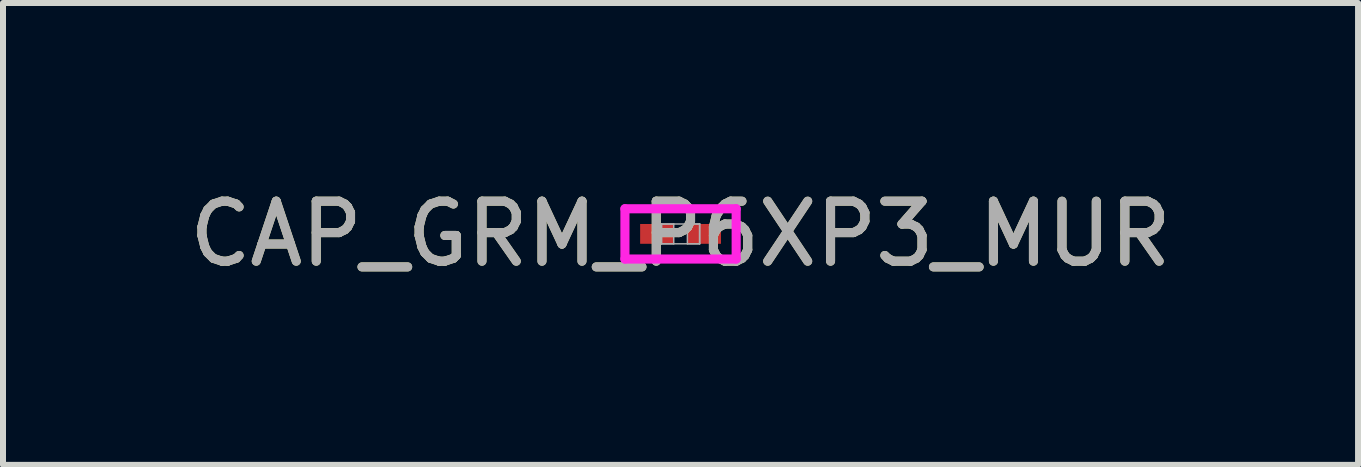
<source format=kicad_pcb>
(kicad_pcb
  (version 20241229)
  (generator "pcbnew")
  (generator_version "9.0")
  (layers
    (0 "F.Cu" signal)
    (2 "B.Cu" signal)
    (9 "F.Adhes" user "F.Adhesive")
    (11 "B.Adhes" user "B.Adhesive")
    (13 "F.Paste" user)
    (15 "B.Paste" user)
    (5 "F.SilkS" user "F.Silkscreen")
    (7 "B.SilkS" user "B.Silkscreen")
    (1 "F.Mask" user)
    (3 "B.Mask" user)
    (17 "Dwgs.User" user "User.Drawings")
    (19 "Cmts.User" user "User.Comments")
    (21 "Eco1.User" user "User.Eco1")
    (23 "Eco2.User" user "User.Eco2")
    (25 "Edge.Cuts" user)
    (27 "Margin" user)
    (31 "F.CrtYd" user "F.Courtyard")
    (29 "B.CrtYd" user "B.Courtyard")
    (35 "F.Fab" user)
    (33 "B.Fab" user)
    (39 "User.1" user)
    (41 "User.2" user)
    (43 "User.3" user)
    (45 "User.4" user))
  (footprint "CAP_GRM_P6XP3_MUR"
    (layer "F.Cu")
    (at 8.292 0.848)
    (property "Reference" "CAP_GRM_P6XP3_MUR" (at 0 0 0) (unlocked yes) (layer "F.SilkS") (effects (font (size 1 1) (thickness 0.15))))
    (attr smd)
    (fp_line (start -0.927 -0.419) (end 0.927 -0.419) (stroke (width 0.152) (type solid)) (layer "F.CrtYd"))
    (fp_line (start -0.927 0.419) (end -0.927 -0.419) (stroke (width 0.152) (type solid)) (layer "F.CrtYd"))
    (fp_line (start 0.927 -0.419) (end 0.927 0.419) (stroke (width 0.152) (type solid)) (layer "F.CrtYd"))
    (fp_line (start 0.927 0.419) (end -0.927 0.419) (stroke (width 0.152) (type solid)) (layer "F.CrtYd"))
    (fp_line (start -0.318 -0.165) (end -0.318 0.165) (stroke (width 0.025) (type solid)) (layer "F.Fab"))
    (fp_line (start -0.318 -0.165) (end -0.318 0.165) (stroke (width 0.025) (type solid)) (layer "F.Fab"))
    (fp_line (start -0.318 0.165) (end -0.114 0.165) (stroke (width 0.025) (type solid)) (layer "F.Fab"))
    (fp_line (start -0.318 0.165) (end 0.318 0.165) (stroke (width 0.025) (type solid)) (layer "F.Fab"))
    (fp_line (start -0.114 -0.165) (end -0.318 -0.165) (stroke (width 0.025) (type solid)) (layer "F.Fab"))
    (fp_line (start -0.114 0.165) (end -0.114 -0.165) (stroke (width 0.025) (type solid)) (layer "F.Fab"))
    (fp_line (start 0.114 -0.165) (end 0.114 0.165) (stroke (width 0.025) (type solid)) (layer "F.Fab"))
    (fp_line (start 0.114 0.165) (end 0.318 0.165) (stroke (width 0.025) (type solid)) (layer "F.Fab"))
    (fp_line (start 0.318 -0.165) (end -0.318 -0.165) (stroke (width 0.025) (type solid)) (layer "F.Fab"))
    (fp_line (start 0.318 -0.165) (end 0.114 -0.165) (stroke (width 0.025) (type solid)) (layer "F.Fab"))
    (fp_line (start 0.318 0.165) (end 0.318 -0.165) (stroke (width 0.025) (type solid)) (layer "F.Fab"))
    (fp_line (start 0.318 0.165) (end 0.318 -0.165) (stroke (width 0.025) (type solid)) (layer "F.Fab"))
    (fp_circle (center -0.267 0) (end -0.267 0) (stroke (width 0.025) (type solid)) (fill no) (layer "F.Fab"))
    (fp_text user "${REFERENCE}" (at 0 0 0) (unlocked yes) (layer "F.Fab") (effects (font (size 1 1) (thickness 0.15))))
    (pad "1" smd rect (at -0.394 0) (size 0.559 0.33) (layers "F.Cu" "F.Mask" "F.Paste"))
    (pad "2" smd rect (at 0.394 0) (size 0.559 0.33) (layers "F.Cu" "F.Mask" "F.Paste"))
    (zone (net_name "") (layer "F.Cu") (hatch full 0.508) (connect_pads) (min_thickness 0.254) (filled_areas_thickness no) (keepout (tracks not_allowed) (vias not_allowed) (pads allowed) (copperpour not_allowed) (footprints allowed)) (placement (enabled no)) (fill) (polygon (pts (xy 8.228 0.734) (xy 8.355 0.734) (xy 8.355 0.963) (xy 8.228 0.963)))))
  (gr_rect
    (start -3 -3)
    (end 19.583 4.697)
    (stroke (width 0.1) (type default))
    (fill no)
    (layer "Edge.Cuts")))
</source>
